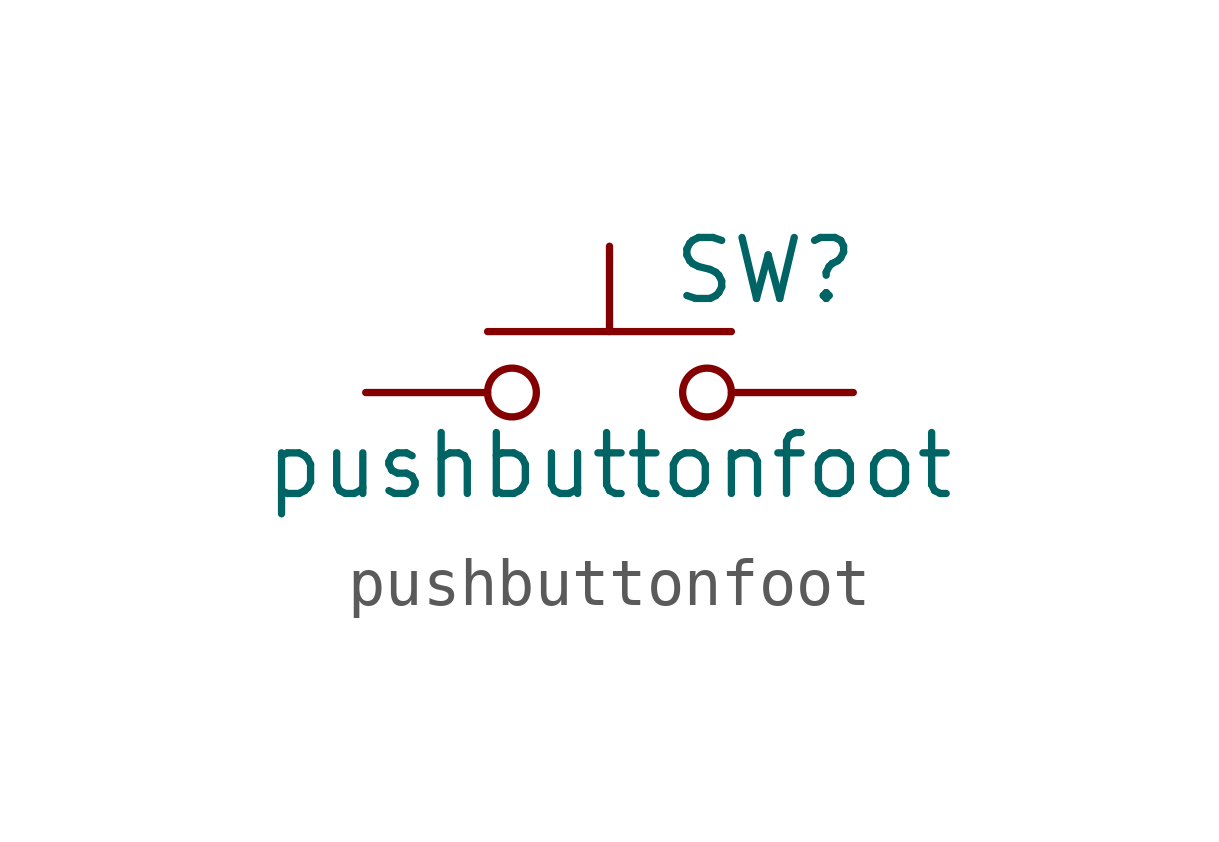
<source format=kicad_sym>
(kicad_symbol_lib
  (version 20241209)
  (generator "kicad_symbol_editor")
  (generator_version "9.0")
  (symbol "pushbuttonfoot"
    (pin_numbers
      (hide yes))
    (pin_names
      (offset 1.016)
      (hide yes))
    (property "Reference" "SW"
      (at 1.27 2.54 0)
      (effects (font (size 1.27 1.27)) (justify left)))
    (property "Value" "pushbuttonfoot"
      (at 0 -1.524 0)
      (effects (font (size 1.27 1.27))))
    (symbol "pushbuttonfoot_0_1"
      (circle (center -2.032 0) (radius 0.508) (stroke (width 0) (type default)) (fill (type none)))
      (polyline (pts (xy 0 1.27) (xy 0 3.048)) (stroke (width 0) (type default)) (fill (type none)))
      (circle (center 2.032 0) (radius 0.508) (stroke (width 0) (type default)) (fill (type none)))
      (polyline (pts (xy 2.54 1.27) (xy -2.54 1.27)) (stroke (width 0) (type default)) (fill (type none)))
      (pin passive line (at -5.08 0 0) (length 2.54) (name "1" (effects (font (size 1.27 1.27)))) (number "1" (effects (font (size 1.27 1.27)))))
      (pin passive line (at 5.08 0 180) (length 2.54) (name "2" (effects (font (size 1.27 1.27)))) (number "2" (effects (font (size 1.27 1.27))))))))
</source>
